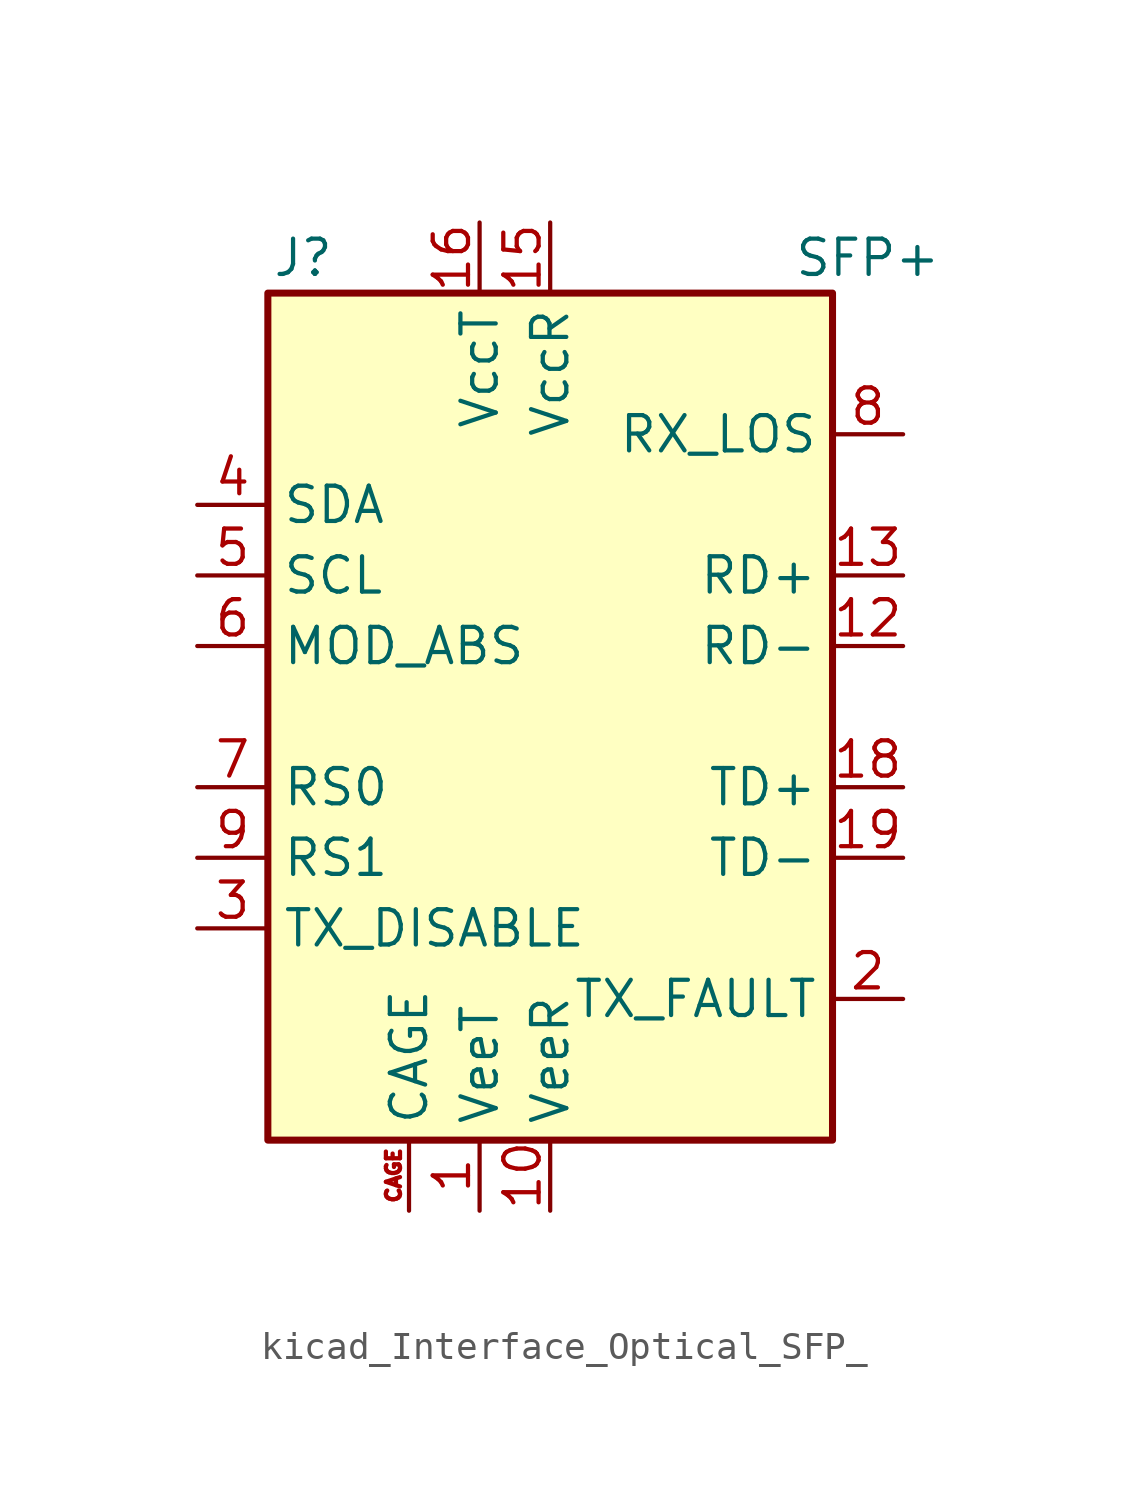
<source format=kicad_sym>
(kicad_symbol_lib
  (version 20220914)
  (generator kicad_symbol_editor)
  (symbol "kicad_Interface_Optical_SFP_"
    (property "Reference" "J"
      (at -8.89 16.51 0)
      (effects (font (size 1.27 1.27))))
    (property "Value" "SFP+"
      (at 11.43 16.51 0)
      (effects (font (size 1.27 1.27))))
    (symbol "kicad_Interface_Optical_SFP__0_0"
      (rectangle (start -10.16 15.24) (end 10.16 -15.24) (stroke (width 0.254) (type default)) (fill (type background))))
    (symbol "kicad_Interface_Optical_SFP__1_1"
      (pin power_in line (at -2.54 -17.78 90) (length 2.54) (name "VeeT" (effects (font (size 1.27 1.27)))) (number "1" (effects (font (size 1.27 1.27)))))
      (pin power_in line (at 0 -17.78 90) (length 2.54) (name "VeeR" (effects (font (size 1.27 1.27)))) (number "10" (effects (font (size 1.27 1.27)))))
      (pin passive line (at 0 -17.78 90) (length 2.54) hide (name "VeeR" (effects (font (size 1.27 1.27)))) (number "11" (effects (font (size 1.27 1.27)))))
      (pin output line (at 12.7 2.54 180) (length 2.54) (name "RD-" (effects (font (size 1.27 1.27)))) (number "12" (effects (font (size 1.27 1.27)))))
      (pin output line (at 12.7 5.08 180) (length 2.54) (name "RD+" (effects (font (size 1.27 1.27)))) (number "13" (effects (font (size 1.27 1.27)))))
      (pin passive line (at 0 -17.78 90) (length 2.54) hide (name "VeeR" (effects (font (size 1.27 1.27)))) (number "14" (effects (font (size 1.27 1.27)))))
      (pin power_in line (at 0 17.78 270) (length 2.54) (name "VccR" (effects (font (size 1.27 1.27)))) (number "15" (effects (font (size 1.27 1.27)))))
      (pin power_in line (at -2.54 17.78 270) (length 2.54) (name "VccT" (effects (font (size 1.27 1.27)))) (number "16" (effects (font (size 1.27 1.27)))))
      (pin passive line (at -2.54 -17.78 90) (length 2.54) hide (name "VeeT" (effects (font (size 1.27 1.27)))) (number "17" (effects (font (size 1.27 1.27)))))
      (pin input line (at 12.7 -2.54 180) (length 2.54) (name "TD+" (effects (font (size 1.27 1.27)))) (number "18" (effects (font (size 1.27 1.27)))))
      (pin input line (at 12.7 -5.08 180) (length 2.54) (name "TD-" (effects (font (size 1.27 1.27)))) (number "19" (effects (font (size 1.27 1.27)))))
      (pin open_collector line (at 12.7 -10.16 180) (length 2.54) (name "TX_FAULT" (effects (font (size 1.27 1.27)))) (number "2" (effects (font (size 1.27 1.27)))))
      (pin passive line (at -2.54 -17.78 90) (length 2.54) hide (name "VeeT" (effects (font (size 1.27 1.27)))) (number "20" (effects (font (size 1.27 1.27)))))
      (pin input line (at -12.7 -7.62 0) (length 2.54) (name "TX_DISABLE" (effects (font (size 1.27 1.27)))) (number "3" (effects (font (size 1.27 1.27)))))
      (pin bidirectional line (at -12.7 7.62 0) (length 2.54) (name "SDA" (effects (font (size 1.27 1.27)))) (number "4" (effects (font (size 1.27 1.27)))))
      (pin input line (at -12.7 5.08 0) (length 2.54) (name "SCL" (effects (font (size 1.27 1.27)))) (number "5" (effects (font (size 1.27 1.27)))))
      (pin passive line (at -12.7 2.54 0) (length 2.54) (name "MOD_ABS" (effects (font (size 1.27 1.27)))) (number "6" (effects (font (size 1.27 1.27)))))
      (pin input line (at -12.7 -2.54 0) (length 2.54) (name "RS0" (effects (font (size 1.27 1.27)))) (number "7" (effects (font (size 1.27 1.27)))))
      (pin open_collector line (at 12.7 10.16 180) (length 2.54) (name "RX_LOS" (effects (font (size 1.27 1.27)))) (number "8" (effects (font (size 1.27 1.27)))))
      (pin input line (at -12.7 -5.08 0) (length 2.54) (name "RS1" (effects (font (size 1.27 1.27)))) (number "9" (effects (font (size 1.27 1.27)))))
      (pin passive line (at -5.08 -17.78 90) (length 2.54) (name "CAGE" (effects (font (size 1.27 1.27)))) (number "CAGE" (effects (font (size 0.508 0.508))))))))
</source>
